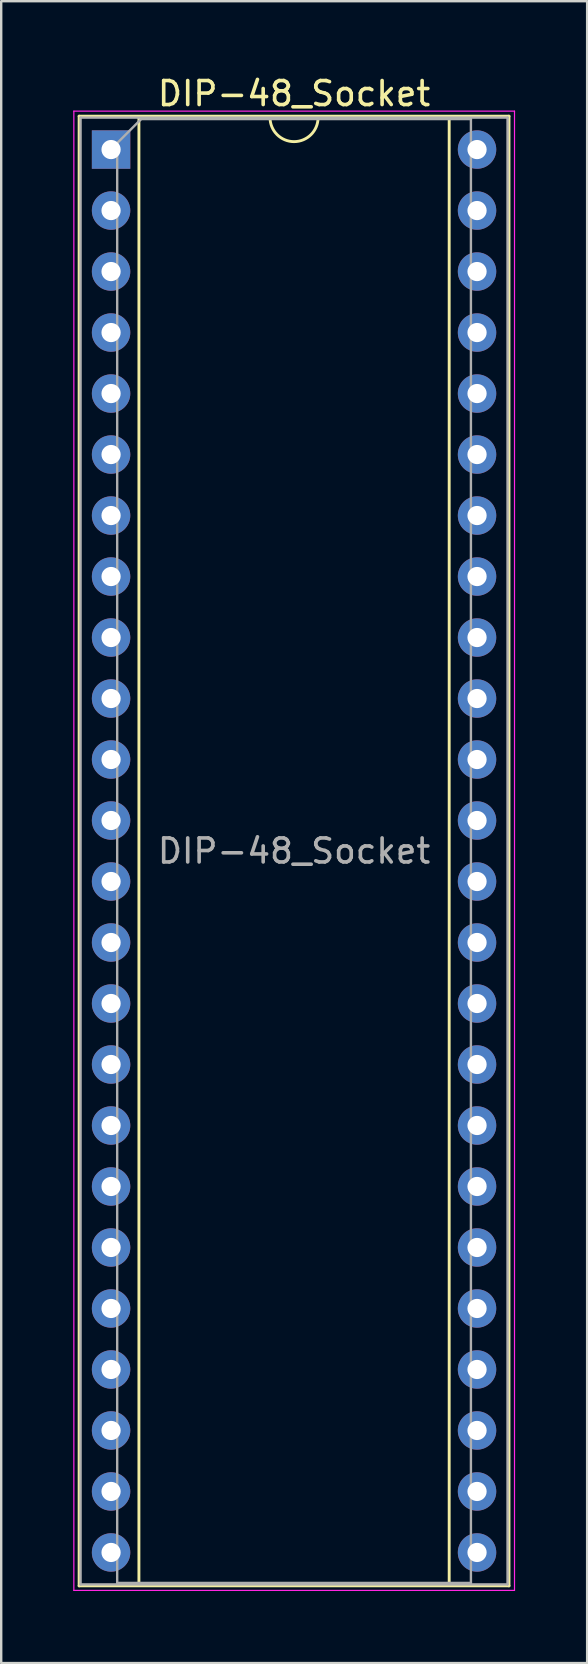
<source format=kicad_pcb>
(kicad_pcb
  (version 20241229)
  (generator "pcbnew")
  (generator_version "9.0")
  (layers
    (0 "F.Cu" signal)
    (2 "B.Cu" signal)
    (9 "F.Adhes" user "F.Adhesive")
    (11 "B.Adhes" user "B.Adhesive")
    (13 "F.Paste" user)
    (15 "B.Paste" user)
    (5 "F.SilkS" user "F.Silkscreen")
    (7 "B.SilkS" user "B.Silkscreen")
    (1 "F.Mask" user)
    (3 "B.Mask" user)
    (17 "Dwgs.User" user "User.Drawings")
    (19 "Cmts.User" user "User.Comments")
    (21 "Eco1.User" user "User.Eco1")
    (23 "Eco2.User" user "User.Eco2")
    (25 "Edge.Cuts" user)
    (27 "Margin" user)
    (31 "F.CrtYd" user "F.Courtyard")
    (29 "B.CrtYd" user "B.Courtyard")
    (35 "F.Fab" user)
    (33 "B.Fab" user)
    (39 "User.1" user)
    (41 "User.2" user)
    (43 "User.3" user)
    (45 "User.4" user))
  (footprint "DIP-48_Socket"
    (layer "F.Cu")
    (at 1.575 3.178)
    (property "Reference" "DIP-48_Socket" (at 7.62 -2.33 0) (layer "F.SilkS") (effects (font (size 1 1) (thickness 0.15))))
    (attr through_hole)
    (fp_line (start -1.33 -1.39) (end -1.33 59.81) (stroke (width 0.12) (type solid)) (layer "F.SilkS"))
    (fp_line (start -1.33 59.81) (end 16.57 59.81) (stroke (width 0.12) (type solid)) (layer "F.SilkS"))
    (fp_line (start 1.16 -1.33) (end 1.16 59.75) (stroke (width 0.12) (type solid)) (layer "F.SilkS"))
    (fp_line (start 1.16 59.75) (end 14.08 59.75) (stroke (width 0.12) (type solid)) (layer "F.SilkS"))
    (fp_line (start 6.62 -1.33) (end 1.16 -1.33) (stroke (width 0.12) (type solid)) (layer "F.SilkS"))
    (fp_line (start 14.08 -1.33) (end 8.62 -1.33) (stroke (width 0.12) (type solid)) (layer "F.SilkS"))
    (fp_line (start 14.08 59.75) (end 14.08 -1.33) (stroke (width 0.12) (type solid)) (layer "F.SilkS"))
    (fp_line (start 16.57 -1.39) (end -1.33 -1.39) (stroke (width 0.12) (type solid)) (layer "F.SilkS"))
    (fp_line (start 16.57 59.81) (end 16.57 -1.39) (stroke (width 0.12) (type solid)) (layer "F.SilkS"))
    (fp_arc (start 8.62 -1.33) (mid 7.62 -0.33) (end 6.62 -1.33) (stroke (width 0.12) (type solid)) (layer "F.SilkS"))
    (fp_line (start -1.55 -1.6) (end -1.55 60) (stroke (width 0.05) (type solid)) (layer "F.CrtYd"))
    (fp_line (start -1.55 60) (end 16.8 60) (stroke (width 0.05) (type solid)) (layer "F.CrtYd"))
    (fp_line (start 16.8 -1.6) (end -1.55 -1.6) (stroke (width 0.05) (type solid)) (layer "F.CrtYd"))
    (fp_line (start 16.8 60) (end 16.8 -1.6) (stroke (width 0.05) (type solid)) (layer "F.CrtYd"))
    (fp_line (start -1.27 -1.33) (end -1.27 59.75) (stroke (width 0.1) (type solid)) (layer "F.Fab"))
    (fp_line (start -1.27 59.75) (end 16.51 59.75) (stroke (width 0.1) (type solid)) (layer "F.Fab"))
    (fp_line (start 0.255 -0.27) (end 1.255 -1.27) (stroke (width 0.1) (type solid)) (layer "F.Fab"))
    (fp_line (start 0.255 59.69) (end 0.255 -0.27) (stroke (width 0.1) (type solid)) (layer "F.Fab"))
    (fp_line (start 1.255 -1.27) (end 14.985 -1.27) (stroke (width 0.1) (type solid)) (layer "F.Fab"))
    (fp_line (start 14.985 -1.27) (end 14.985 59.69) (stroke (width 0.1) (type solid)) (layer "F.Fab"))
    (fp_line (start 14.985 59.69) (end 0.255 59.69) (stroke (width 0.1) (type solid)) (layer "F.Fab"))
    (fp_line (start 16.51 -1.33) (end -1.27 -1.33) (stroke (width 0.1) (type solid)) (layer "F.Fab"))
    (fp_line (start 16.51 59.75) (end 16.51 -1.33) (stroke (width 0.1) (type solid)) (layer "F.Fab"))
    (fp_text user "${REFERENCE}" (at 7.62 29.21 0) (layer "F.Fab") (effects (font (size 1 1) (thickness 0.15))))
    (pad "1" thru_hole rect (at 0 0) (size 1.6 1.6) (drill 0.8) (layers "*.Cu" "*.Mask"))
    (pad "2" thru_hole oval (at 0 2.54) (size 1.6 1.6) (drill 0.8) (layers "*.Cu" "*.Mask"))
    (pad "3" thru_hole oval (at 0 5.08) (size 1.6 1.6) (drill 0.8) (layers "*.Cu" "*.Mask"))
    (pad "4" thru_hole oval (at 0 7.62) (size 1.6 1.6) (drill 0.8) (layers "*.Cu" "*.Mask"))
    (pad "5" thru_hole oval (at 0 10.16) (size 1.6 1.6) (drill 0.8) (layers "*.Cu" "*.Mask"))
    (pad "6" thru_hole oval (at 0 12.7) (size 1.6 1.6) (drill 0.8) (layers "*.Cu" "*.Mask"))
    (pad "7" thru_hole oval (at 0 15.24) (size 1.6 1.6) (drill 0.8) (layers "*.Cu" "*.Mask"))
    (pad "8" thru_hole oval (at 0 17.78) (size 1.6 1.6) (drill 0.8) (layers "*.Cu" "*.Mask"))
    (pad "9" thru_hole oval (at 0 20.32) (size 1.6 1.6) (drill 0.8) (layers "*.Cu" "*.Mask"))
    (pad "10" thru_hole oval (at 0 22.86) (size 1.6 1.6) (drill 0.8) (layers "*.Cu" "*.Mask"))
    (pad "11" thru_hole oval (at 0 25.4) (size 1.6 1.6) (drill 0.8) (layers "*.Cu" "*.Mask"))
    (pad "12" thru_hole oval (at 0 27.94) (size 1.6 1.6) (drill 0.8) (layers "*.Cu" "*.Mask"))
    (pad "13" thru_hole oval (at 0 30.48) (size 1.6 1.6) (drill 0.8) (layers "*.Cu" "*.Mask"))
    (pad "14" thru_hole oval (at 0 33.02) (size 1.6 1.6) (drill 0.8) (layers "*.Cu" "*.Mask"))
    (pad "15" thru_hole oval (at 0 35.56) (size 1.6 1.6) (drill 0.8) (layers "*.Cu" "*.Mask"))
    (pad "16" thru_hole oval (at 0 38.1) (size 1.6 1.6) (drill 0.8) (layers "*.Cu" "*.Mask"))
    (pad "17" thru_hole oval (at 0 40.64) (size 1.6 1.6) (drill 0.8) (layers "*.Cu" "*.Mask"))
    (pad "18" thru_hole oval (at 0 43.18) (size 1.6 1.6) (drill 0.8) (layers "*.Cu" "*.Mask"))
    (pad "19" thru_hole oval (at 0 45.72) (size 1.6 1.6) (drill 0.8) (layers "*.Cu" "*.Mask"))
    (pad "20" thru_hole oval (at 0 48.26) (size 1.6 1.6) (drill 0.8) (layers "*.Cu" "*.Mask"))
    (pad "21" thru_hole oval (at 0 50.8) (size 1.6 1.6) (drill 0.8) (layers "*.Cu" "*.Mask"))
    (pad "22" thru_hole oval (at 0 53.34) (size 1.6 1.6) (drill 0.8) (layers "*.Cu" "*.Mask"))
    (pad "23" thru_hole oval (at 0 55.88) (size 1.6 1.6) (drill 0.8) (layers "*.Cu" "*.Mask"))
    (pad "24" thru_hole oval (at 0 58.42) (size 1.6 1.6) (drill 0.8) (layers "*.Cu" "*.Mask"))
    (pad "25" thru_hole oval (at 15.24 58.42) (size 1.6 1.6) (drill 0.8) (layers "*.Cu" "*.Mask"))
    (pad "26" thru_hole oval (at 15.24 55.88) (size 1.6 1.6) (drill 0.8) (layers "*.Cu" "*.Mask"))
    (pad "27" thru_hole oval (at 15.24 53.34) (size 1.6 1.6) (drill 0.8) (layers "*.Cu" "*.Mask"))
    (pad "28" thru_hole oval (at 15.24 50.8) (size 1.6 1.6) (drill 0.8) (layers "*.Cu" "*.Mask"))
    (pad "29" thru_hole oval (at 15.24 48.26) (size 1.6 1.6) (drill 0.8) (layers "*.Cu" "*.Mask"))
    (pad "30" thru_hole oval (at 15.24 45.72) (size 1.6 1.6) (drill 0.8) (layers "*.Cu" "*.Mask"))
    (pad "31" thru_hole oval (at 15.24 43.18) (size 1.6 1.6) (drill 0.8) (layers "*.Cu" "*.Mask"))
    (pad "32" thru_hole oval (at 15.24 40.64) (size 1.6 1.6) (drill 0.8) (layers "*.Cu" "*.Mask"))
    (pad "33" thru_hole oval (at 15.24 38.1) (size 1.6 1.6) (drill 0.8) (layers "*.Cu" "*.Mask"))
    (pad "34" thru_hole oval (at 15.24 35.56) (size 1.6 1.6) (drill 0.8) (layers "*.Cu" "*.Mask"))
    (pad "35" thru_hole oval (at 15.24 33.02) (size 1.6 1.6) (drill 0.8) (layers "*.Cu" "*.Mask"))
    (pad "36" thru_hole oval (at 15.24 30.48) (size 1.6 1.6) (drill 0.8) (layers "*.Cu" "*.Mask"))
    (pad "37" thru_hole oval (at 15.24 27.94) (size 1.6 1.6) (drill 0.8) (layers "*.Cu" "*.Mask"))
    (pad "38" thru_hole oval (at 15.24 25.4) (size 1.6 1.6) (drill 0.8) (layers "*.Cu" "*.Mask"))
    (pad "39" thru_hole oval (at 15.24 22.86) (size 1.6 1.6) (drill 0.8) (layers "*.Cu" "*.Mask"))
    (pad "40" thru_hole oval (at 15.24 20.32) (size 1.6 1.6) (drill 0.8) (layers "*.Cu" "*.Mask"))
    (pad "41" thru_hole oval (at 15.24 17.78) (size 1.6 1.6) (drill 0.8) (layers "*.Cu" "*.Mask"))
    (pad "42" thru_hole oval (at 15.24 15.24) (size 1.6 1.6) (drill 0.8) (layers "*.Cu" "*.Mask"))
    (pad "43" thru_hole oval (at 15.24 12.7) (size 1.6 1.6) (drill 0.8) (layers "*.Cu" "*.Mask"))
    (pad "44" thru_hole oval (at 15.24 10.16) (size 1.6 1.6) (drill 0.8) (layers "*.Cu" "*.Mask"))
    (pad "45" thru_hole oval (at 15.24 7.62) (size 1.6 1.6) (drill 0.8) (layers "*.Cu" "*.Mask"))
    (pad "46" thru_hole oval (at 15.24 5.08) (size 1.6 1.6) (drill 0.8) (layers "*.Cu" "*.Mask"))
    (pad "47" thru_hole oval (at 15.24 2.54) (size 1.6 1.6) (drill 0.8) (layers "*.Cu" "*.Mask"))
    (pad "48" thru_hole oval (at 15.24 0) (size 1.6 1.6) (drill 0.8) (layers "*.Cu" "*.Mask")))
  (gr_rect
    (start -3 -3)
    (end 21.4 66.203)
    (stroke (width 0.1) (type default))
    (fill no)
    (layer "Edge.Cuts")))
</source>
